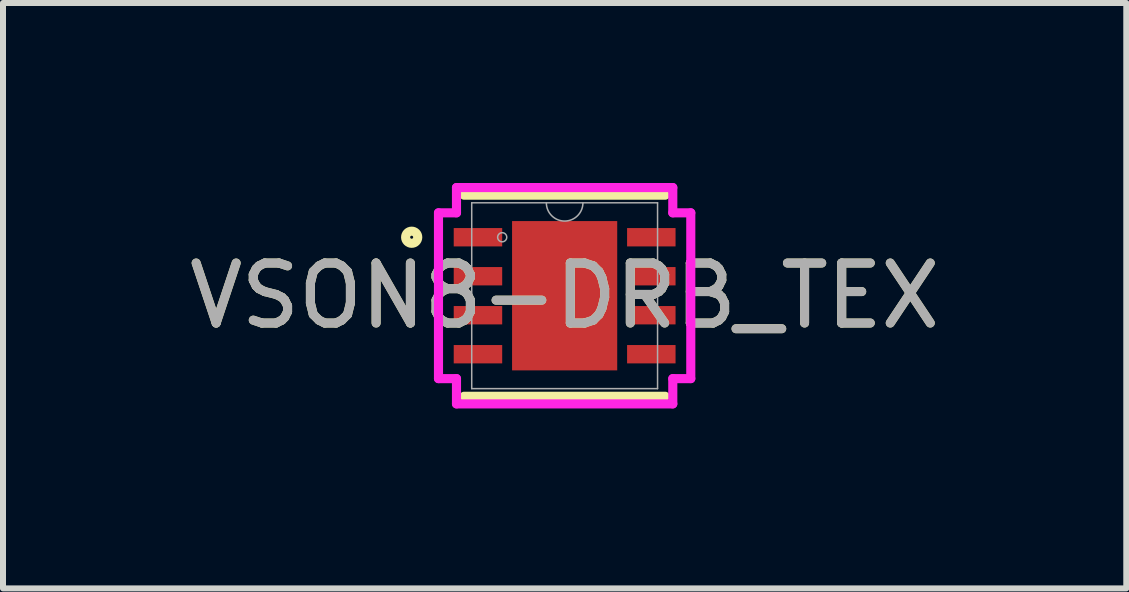
<source format=kicad_pcb>
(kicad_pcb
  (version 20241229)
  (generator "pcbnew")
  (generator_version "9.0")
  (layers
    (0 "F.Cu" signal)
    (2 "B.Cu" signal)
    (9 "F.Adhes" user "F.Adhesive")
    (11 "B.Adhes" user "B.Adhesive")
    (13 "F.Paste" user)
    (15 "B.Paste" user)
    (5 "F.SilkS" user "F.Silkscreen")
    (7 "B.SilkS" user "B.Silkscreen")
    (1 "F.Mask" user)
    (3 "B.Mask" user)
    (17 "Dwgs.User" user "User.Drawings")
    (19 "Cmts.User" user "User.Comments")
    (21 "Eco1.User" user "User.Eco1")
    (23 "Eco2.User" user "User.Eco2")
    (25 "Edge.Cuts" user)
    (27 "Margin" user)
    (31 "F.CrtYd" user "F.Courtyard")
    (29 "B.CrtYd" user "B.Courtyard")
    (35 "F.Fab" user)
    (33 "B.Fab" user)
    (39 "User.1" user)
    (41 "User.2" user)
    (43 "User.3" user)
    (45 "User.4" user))
  (footprint "VSON8-DRB_TEX"
    (layer "F.Cu")
    (at 6.363 1.88)
    (property "Reference" "VSON8-DRB_TEX" (at 0 0 0) (unlocked yes) (layer "F.SilkS") (effects (font (size 1 1) (thickness 0.15))))
    (attr smd)
    (fp_line (start -1.676 1.676) (end 1.676 1.676) (stroke (width 0.152) (type solid)) (layer "F.SilkS"))
    (fp_line (start 1.676 -1.676) (end -1.676 -1.676) (stroke (width 0.152) (type solid)) (layer "F.SilkS"))
    (fp_circle (center -2.55 -0.975) (end -2.449 -0.975) (stroke (width 0.152) (type solid)) (fill no) (layer "F.SilkS"))
    (fp_line (start -2.103 -1.382) (end -1.803 -1.382) (stroke (width 0.152) (type solid)) (layer "F.CrtYd"))
    (fp_line (start -2.103 1.382) (end -2.103 -1.382) (stroke (width 0.152) (type solid)) (layer "F.CrtYd"))
    (fp_line (start -2.103 1.382) (end -1.803 1.382) (stroke (width 0.152) (type solid)) (layer "F.CrtYd"))
    (fp_line (start -1.803 -1.803) (end 1.803 -1.803) (stroke (width 0.152) (type solid)) (layer "F.CrtYd"))
    (fp_line (start -1.803 -1.382) (end -1.803 -1.803) (stroke (width 0.152) (type solid)) (layer "F.CrtYd"))
    (fp_line (start -1.803 1.803) (end -1.803 1.382) (stroke (width 0.152) (type solid)) (layer "F.CrtYd"))
    (fp_line (start 1.803 -1.803) (end 1.803 -1.382) (stroke (width 0.152) (type solid)) (layer "F.CrtYd"))
    (fp_line (start 1.803 1.382) (end 1.803 1.803) (stroke (width 0.152) (type solid)) (layer "F.CrtYd"))
    (fp_line (start 1.803 1.803) (end -1.803 1.803) (stroke (width 0.152) (type solid)) (layer "F.CrtYd"))
    (fp_line (start 2.103 -1.382) (end 1.803 -1.382) (stroke (width 0.152) (type solid)) (layer "F.CrtYd"))
    (fp_line (start 2.103 -1.382) (end 2.103 1.382) (stroke (width 0.152) (type solid)) (layer "F.CrtYd"))
    (fp_line (start 2.103 1.382) (end 1.803 1.382) (stroke (width 0.152) (type solid)) (layer "F.CrtYd"))
    (fp_line (start -1.549 -1.549) (end -1.549 1.549) (stroke (width 0.025) (type solid)) (layer "F.Fab"))
    (fp_line (start -1.549 1.549) (end 1.549 1.549) (stroke (width 0.025) (type solid)) (layer "F.Fab"))
    (fp_line (start 1.549 -1.549) (end -1.549 -1.549) (stroke (width 0.025) (type solid)) (layer "F.Fab"))
    (fp_line (start 1.549 1.549) (end 1.549 -1.549) (stroke (width 0.025) (type solid)) (layer "F.Fab"))
    (fp_arc (start 0.3048 -1.5494) (mid 0 -1.2446) (end -0.3048 -1.5494) (stroke (width 0.0254) (type solid)) (layer "F.Fab"))
    (fp_circle (center -1.041 -0.975) (end -0.965 -0.975) (stroke (width 0.025) (type solid)) (fill no) (layer "F.Fab"))
    (fp_text user "${REFERENCE}" (at 0 0 0) (unlocked yes) (layer "F.Fab") (effects (font (size 1 1) (thickness 0.15))))
    (pad "1" smd rect (at -1.445 -0.975) (size 0.808 0.306) (layers "F.Cu" "F.Mask" "F.Paste"))
    (pad "2" smd rect (at -1.445 -0.325) (size 0.808 0.306) (layers "F.Cu" "F.Mask" "F.Paste"))
    (pad "3" smd rect (at -1.445 0.325) (size 0.808 0.306) (layers "F.Cu" "F.Mask" "F.Paste"))
    (pad "4" smd rect (at -1.445 0.975) (size 0.808 0.306) (layers "F.Cu" "F.Mask" "F.Paste"))
    (pad "5" smd rect (at 1.445 0.975) (size 0.808 0.306) (layers "F.Cu" "F.Mask" "F.Paste"))
    (pad "6" smd rect (at 1.445 0.325) (size 0.808 0.306) (layers "F.Cu" "F.Mask" "F.Paste"))
    (pad "7" smd rect (at 1.445 -0.325) (size 0.808 0.306) (layers "F.Cu" "F.Mask" "F.Paste"))
    (pad "8" smd rect (at 1.445 -0.975) (size 0.808 0.306) (layers "F.Cu" "F.Mask" "F.Paste"))
    (pad "9" smd rect (at 0 0) (size 1.753 2.489) (layers "F.Cu" "F.Mask" "F.Paste")))
  (gr_rect
    (start -3 -3)
    (end 15.726 6.759)
    (stroke (width 0.1) (type default))
    (fill no)
    (layer "Edge.Cuts")))
</source>
